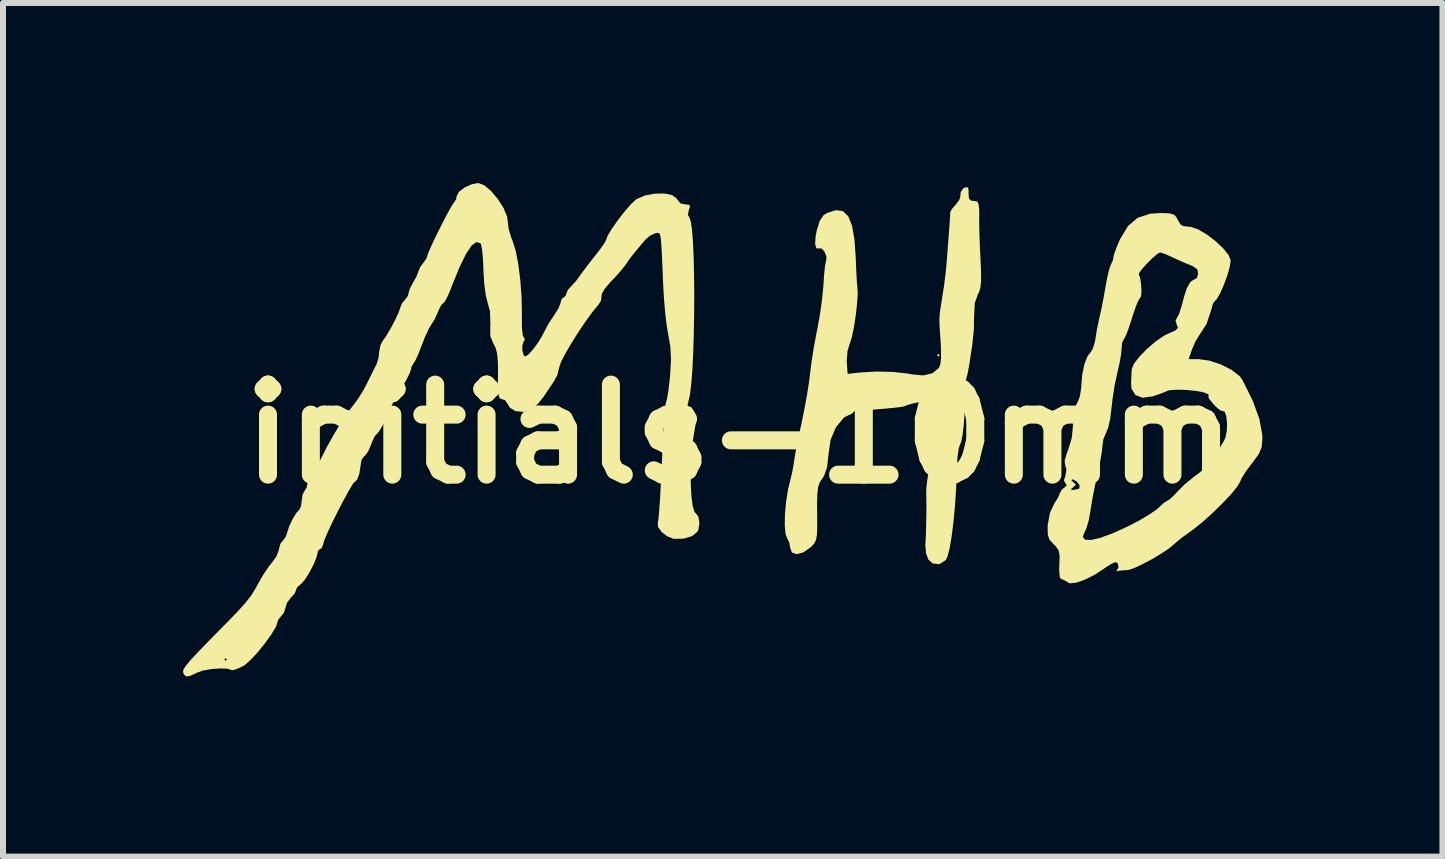
<source format=kicad_pcb>
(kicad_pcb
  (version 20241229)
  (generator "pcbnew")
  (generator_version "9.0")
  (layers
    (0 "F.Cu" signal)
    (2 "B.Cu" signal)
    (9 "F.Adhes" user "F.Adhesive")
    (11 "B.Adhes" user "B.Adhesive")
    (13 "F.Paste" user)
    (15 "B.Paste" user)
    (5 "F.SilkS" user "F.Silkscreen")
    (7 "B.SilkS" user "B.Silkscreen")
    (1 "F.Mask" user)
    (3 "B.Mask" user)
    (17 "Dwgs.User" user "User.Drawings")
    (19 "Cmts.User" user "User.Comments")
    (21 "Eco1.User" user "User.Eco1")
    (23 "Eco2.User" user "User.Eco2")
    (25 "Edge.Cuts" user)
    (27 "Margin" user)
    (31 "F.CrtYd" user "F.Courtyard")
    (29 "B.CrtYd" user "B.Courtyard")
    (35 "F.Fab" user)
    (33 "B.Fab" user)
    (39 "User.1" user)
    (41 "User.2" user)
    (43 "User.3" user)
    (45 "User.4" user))
  (footprint "initials-10mm"
    (layer "F.Cu")
    (at 9.273 4.181)
    (property "Reference" "initials-10mm" (at 0 0 0) (layer "F.SilkS") (effects (font (size 1.5 1.5) (thickness 0.3))))
    (attr board_only exclude_from_pos_files exclude_from_bom)
    (fp_poly (pts (xy 3.336 -1.312) (xy 3.314 -1.29) (xy 3.292 -1.312) (xy 3.314 -1.335)) (stroke (width 0) (type solid)) (fill yes) (layer "F.SilkS"))
    (fp_poly (pts (xy 3.809 -4.109) (xy 3.818 -4.043) (xy 3.816 -4.015) (xy 3.824 -3.921) (xy 3.859 -3.888) (xy 3.946 -3.877) (xy 3.959 -3.876) (xy 3.983 -3.832) (xy 3.995 -3.729) (xy 3.995 -3.659) (xy 3.994 -3.526) (xy 3.998 -3.333) (xy 4.006 -3.109) (xy 4.015 -2.941) (xy 4.025 -2.71) (xy 4.026 -2.549) (xy 4.015 -2.44) (xy 3.993 -2.365) (xy 3.972 -2.327) (xy 3.921 -2.181) (xy 3.909 -1.958) (xy 3.905 -1.737) (xy 3.878 -1.474) (xy 3.828 -1.149) (xy 3.801 -1.002) (xy 3.77 -0.892) (xy 3.737 -0.823) (xy 3.721 -0.748) (xy 3.733 -0.718) (xy 3.749 -0.642) (xy 3.754 -0.504) (xy 3.75 -0.331) (xy 3.737 -0.15) (xy 3.718 0.013) (xy 3.694 0.132) (xy 3.676 0.173) (xy 3.653 0.244) (xy 3.633 0.379) (xy 3.622 0.553) (xy 3.62 0.618) (xy 3.61 0.906) (xy 3.591 1.195) (xy 3.565 1.47) (xy 3.534 1.714) (xy 3.5 1.913) (xy 3.464 2.049) (xy 3.437 2.102) (xy 3.329 2.171) (xy 3.219 2.158) (xy 3.146 2.092) (xy 3.109 1.99) (xy 3.097 1.855) (xy 3.098 1.836) (xy 3.105 1.7) (xy 3.11 1.522) (xy 3.114 1.334) (xy 3.115 1.166) (xy 3.113 1.046) (xy 3.111 1.023) (xy 3.113 0.911) (xy 3.13 0.761) (xy 3.154 0.617) (xy 3.179 0.526) (xy 3.183 0.431) (xy 3.158 0.356) (xy 3.136 0.249) (xy 3.141 0.067) (xy 3.172 -0.178) (xy 3.228 -0.476) (xy 3.229 -0.484) (xy 3.236 -0.557) (xy 3.196 -0.574) (xy 3.127 -0.561) (xy 2.991 -0.53) (xy 2.895 -0.509) (xy 2.796 -0.481) (xy 2.749 -0.461) (xy 2.692 -0.449) (xy 2.568 -0.435) (xy 2.401 -0.419) (xy 2.21 -0.404) (xy 2.02 -0.393) (xy 1.914 -0.388) (xy 1.837 -0.357) (xy 1.755 -0.293) (xy 1.604 -0.106) (xy 1.517 0.1) (xy 1.482 0.348) (xy 1.459 0.556) (xy 1.409 0.698) (xy 1.378 0.746) (xy 1.336 0.809) (xy 1.31 0.887) (xy 1.297 0.997) (xy 1.292 1.163) (xy 1.294 1.321) (xy 1.295 1.53) (xy 1.291 1.669) (xy 1.277 1.759) (xy 1.249 1.82) (xy 1.203 1.872) (xy 1.181 1.892) (xy 1.062 1.975) (xy 0.952 2.003) (xy 0.874 1.976) (xy 0.845 1.899) (xy 0.827 1.799) (xy 0.8 1.752) (xy 0.768 1.671) (xy 0.754 1.526) (xy 0.757 1.338) (xy 0.776 1.13) (xy 0.809 0.923) (xy 0.845 0.778) (xy 0.877 0.642) (xy 0.905 0.485) (xy 0.907 0.467) (xy 0.926 0.35) (xy 0.96 0.172) (xy 1.003 -0.038) (xy 1.038 -0.2) (xy 1.086 -0.438) (xy 1.13 -0.682) (xy 1.132 -0.693) (xy 1.898 -0.693) (xy 1.903 -0.65) (xy 1.973 -0.636) (xy 2.026 -0.637) (xy 2.133 -0.657) (xy 2.179 -0.697) (xy 2.179 -0.701) (xy 2.144 -0.742) (xy 2.061 -0.755) (xy 1.969 -0.743) (xy 1.905 -0.705) (xy 1.898 -0.693) (xy 1.132 -0.693) (xy 1.163 -0.897) (xy 1.175 -1.001) (xy 1.199 -1.192) (xy 1.236 -1.428) (xy 1.28 -1.665) (xy 1.294 -1.735) (xy 1.337 -1.97) (xy 1.373 -2.223) (xy 1.396 -2.447) (xy 1.4 -2.501) (xy 1.411 -2.67) (xy 1.426 -2.806) (xy 1.442 -2.883) (xy 1.444 -2.889) (xy 1.449 -2.954) (xy 1.418 -3.033) (xy 1.371 -3.088) (xy 1.335 -3.092) (xy 1.283 -3.091) (xy 1.26 -3.163) (xy 1.268 -3.296) (xy 1.289 -3.398) (xy 1.338 -3.553) (xy 1.401 -3.645) (xy 1.459 -3.682) (xy 1.607 -3.729) (xy 1.723 -3.713) (xy 1.812 -3.628) (xy 1.875 -3.471) (xy 1.916 -3.236) (xy 1.938 -2.918) (xy 1.939 -2.891) (xy 1.946 -2.71) (xy 1.954 -2.558) (xy 1.962 -2.462) (xy 1.964 -2.447) (xy 1.97 -2.339) (xy 1.959 -2.174) (xy 1.938 -1.981) (xy 1.908 -1.787) (xy 1.875 -1.623) (xy 1.842 -1.517) (xy 1.84 -1.515) (xy 1.799 -1.377) (xy 1.787 -1.214) (xy 1.788 -1.191) (xy 1.802 -1.001) (xy 2.002 -1.023) (xy 2.282 -1.04) (xy 2.565 -1.033) (xy 2.811 -1.005) (xy 2.876 -0.992) (xy 3.062 -0.975) (xy 3.217 -1.012) (xy 3.32 -1.098) (xy 3.348 -1.163) (xy 3.358 -1.262) (xy 3.358 -1.414) (xy 3.35 -1.557) (xy 3.337 -1.742) (xy 3.331 -1.872) (xy 3.334 -1.977) (xy 3.348 -2.091) (xy 3.374 -2.246) (xy 3.377 -2.269) (xy 3.408 -2.47) (xy 3.435 -2.681) (xy 3.447 -2.802) (xy 3.458 -2.94) (xy 3.472 -3.12) (xy 3.487 -3.314) (xy 3.5 -3.495) (xy 3.509 -3.636) (xy 3.513 -3.7) (xy 3.542 -3.751) (xy 3.592 -3.808) (xy 3.655 -3.887) (xy 3.676 -3.934) (xy 3.686 -4.023) (xy 3.687 -4.032) (xy 3.728 -4.091) (xy 3.76 -4.109)) (stroke (width 0) (type solid)) (fill yes) (layer "F.SilkS"))
    (fp_poly (pts (xy 7.162 -3.676) (xy 7.242 -3.654) (xy 7.284 -3.606) (xy 7.298 -3.575) (xy 7.348 -3.492) (xy 7.394 -3.463) (xy 7.491 -3.453) (xy 7.518 -3.45) (xy 7.636 -3.412) (xy 7.779 -3.329) (xy 7.926 -3.218) (xy 8.057 -3.096) (xy 8.15 -2.981) (xy 8.185 -2.892) (xy 8.169 -2.783) (xy 8.128 -2.639) (xy 8.071 -2.484) (xy 8.01 -2.344) (xy 7.953 -2.247) (xy 7.922 -2.217) (xy 7.887 -2.167) (xy 7.861 -2.067) (xy 7.86 -2.065) (xy 7.783 -1.833) (xy 7.654 -1.633) (xy 7.595 -1.536) (xy 7.54 -1.408) (xy 7.537 -1.399) (xy 7.484 -1.246) (xy 7.655 -1.246) (xy 7.832 -1.221) (xy 8.023 -1.157) (xy 8.199 -1.068) (xy 8.332 -0.965) (xy 8.378 -0.905) (xy 8.553 -0.552) (xy 8.663 -0.25) (xy 8.711 0.01) (xy 8.713 0.084) (xy 8.702 0.216) (xy 8.657 0.329) (xy 8.563 0.46) (xy 8.543 0.485) (xy 8.444 0.616) (xy 8.368 0.737) (xy 8.34 0.801) (xy 8.291 0.883) (xy 8.189 1.007) (xy 8.05 1.154) (xy 7.891 1.31) (xy 7.727 1.458) (xy 7.575 1.582) (xy 7.495 1.639) (xy 7.374 1.726) (xy 7.276 1.806) (xy 7.251 1.83) (xy 7.164 1.903) (xy 7.029 1.994) (xy 6.869 2.089) (xy 6.707 2.175) (xy 6.568 2.239) (xy 6.475 2.268) (xy 6.468 2.269) (xy 6.36 2.275) (xy 6.309 2.284) (xy 6.275 2.287) (xy 6.283 2.28) (xy 6.315 2.227) (xy 6.306 2.162) (xy 6.269 2.135) (xy 6.206 2.16) (xy 6.107 2.221) (xy 6.08 2.241) (xy 5.921 2.345) (xy 5.759 2.427) (xy 5.615 2.478) (xy 5.509 2.49) (xy 5.474 2.475) (xy 5.398 2.429) (xy 5.369 2.424) (xy 5.337 2.387) (xy 5.327 2.273) (xy 5.33 2.179) (xy 5.334 2.03) (xy 5.316 1.938) (xy 5.267 1.869) (xy 5.234 1.838) (xy 5.166 1.765) (xy 5.149 1.715) (xy 5.72 1.715) (xy 5.756 1.762) (xy 5.856 1.767) (xy 6.014 1.731) (xy 6.224 1.654) (xy 6.477 1.538) (xy 6.492 1.531) (xy 6.674 1.435) (xy 6.836 1.338) (xy 6.954 1.256) (xy 6.989 1.225) (xy 7.07 1.15) (xy 7.126 1.113) (xy 7.13 1.113) (xy 7.178 1.082) (xy 7.258 1.004) (xy 7.296 0.963) (xy 7.42 0.838) (xy 7.56 0.724) (xy 7.583 0.707) (xy 7.679 0.635) (xy 7.735 0.581) (xy 7.74 0.57) (xy 7.768 0.522) (xy 7.839 0.434) (xy 7.896 0.369) (xy 7.999 0.239) (xy 8.079 0.104) (xy 8.1 0.053) (xy 8.121 -0.057) (xy 8.124 -0.181) (xy 8.112 -0.294) (xy 8.087 -0.368) (xy 8.055 -0.381) (xy 8.006 -0.396) (xy 7.928 -0.463) (xy 7.902 -0.491) (xy 7.835 -0.573) (xy 7.811 -0.619) (xy 7.815 -0.623) (xy 7.82 -0.646) (xy 7.805 -0.664) (xy 7.733 -0.694) (xy 7.603 -0.717) (xy 7.446 -0.733) (xy 7.292 -0.737) (xy 7.171 -0.729) (xy 7.128 -0.717) (xy 7.035 -0.678) (xy 6.906 -0.633) (xy 6.886 -0.626) (xy 6.718 -0.603) (xy 6.597 -0.648) (xy 6.532 -0.756) (xy 6.525 -0.854) (xy 6.531 -0.982) (xy 6.536 -1.081) (xy 6.572 -1.169) (xy 6.664 -1.288) (xy 6.791 -1.418) (xy 6.933 -1.54) (xy 7.072 -1.636) (xy 7.151 -1.675) (xy 7.265 -1.725) (xy 7.306 -1.767) (xy 7.29 -1.808) (xy 7.266 -1.889) (xy 7.284 -1.924) (xy 7.324 -1.998) (xy 7.367 -2.131) (xy 7.409 -2.291) (xy 7.455 -2.43) (xy 7.512 -2.531) (xy 7.566 -2.57) (xy 7.571 -2.569) (xy 7.62 -2.597) (xy 7.642 -2.658) (xy 7.63 -2.742) (xy 7.551 -2.797) (xy 7.532 -2.805) (xy 7.41 -2.855) (xy 7.264 -2.92) (xy 7.226 -2.938) (xy 7.109 -2.991) (xy 7.026 -3.021) (xy 7.009 -3.025) (xy 6.958 -2.997) (xy 6.877 -2.926) (xy 6.785 -2.835) (xy 6.705 -2.746) (xy 6.658 -2.679) (xy 6.654 -2.658) (xy 6.676 -2.6) (xy 6.691 -2.498) (xy 6.698 -2.386) (xy 6.693 -2.299) (xy 6.677 -2.269) (xy 6.649 -2.229) (xy 6.605 -2.124) (xy 6.554 -1.975) (xy 6.542 -1.936) (xy 6.49 -1.775) (xy 6.443 -1.65) (xy 6.409 -1.583) (xy 6.404 -1.578) (xy 6.376 -1.52) (xy 6.368 -1.433) (xy 6.359 -1.327) (xy 6.331 -1.172) (xy 6.297 -1.023) (xy 6.252 -0.815) (xy 6.215 -0.579) (xy 6.198 -0.423) (xy 6.177 -0.253) (xy 6.145 -0.109) (xy 6.111 -0.024) (xy 6.063 0.09) (xy 6.05 0.184) (xy 6.04 0.283) (xy 6.014 0.439) (xy 5.976 0.623) (xy 5.964 0.675) (xy 5.919 0.884) (xy 5.878 1.096) (xy 5.85 1.269) (xy 5.847 1.289) (xy 5.819 1.444) (xy 5.779 1.576) (xy 5.755 1.626) (xy 5.72 1.715) (xy 5.149 1.715) (xy 5.137 1.679) (xy 5.135 1.546) (xy 5.136 1.519) (xy 5.173 1.314) (xy 5.244 1.164) (xy 5.306 1.064) (xy 5.337 0.992) (xy 5.338 0.985) (xy 5.372 0.927) (xy 5.375 0.924) (xy 5.517 0.924) (xy 5.553 0.933) (xy 5.564 0.933) (xy 5.644 0.918) (xy 5.664 0.905) (xy 5.666 0.853) (xy 5.619 0.792) (xy 5.554 0.758) (xy 5.544 0.757) (xy 5.531 0.776) (xy 5.56 0.801) (xy 5.605 0.843) (xy 5.569 0.883) (xy 5.56 0.889) (xy 5.517 0.924) (xy 5.375 0.924) (xy 5.41 0.898) (xy 5.454 0.854) (xy 5.433 0.826) (xy 5.405 0.772) (xy 5.428 0.709) (xy 5.449 0.59) (xy 5.432 0.543) (xy 5.417 0.452) (xy 5.454 0.319) (xy 5.475 0.271) (xy 5.537 0.064) (xy 5.56 -0.171) (xy 5.56 -0.174) (xy 5.573 -0.355) (xy 5.609 -0.485) (xy 5.626 -0.514) (xy 5.669 -0.615) (xy 5.692 -0.752) (xy 5.694 -0.778) (xy 5.71 -0.984) (xy 5.748 -1.166) (xy 5.802 -1.3) (xy 5.842 -1.349) (xy 5.89 -1.425) (xy 5.925 -1.547) (xy 5.93 -1.579) (xy 5.957 -1.748) (xy 5.994 -1.922) (xy 5.997 -1.935) (xy 6.028 -2.07) (xy 6.064 -2.254) (xy 6.098 -2.446) (xy 6.098 -2.447) (xy 6.129 -2.613) (xy 6.161 -2.745) (xy 6.187 -2.818) (xy 6.19 -2.822) (xy 6.225 -2.903) (xy 6.228 -2.932) (xy 6.245 -3.006) (xy 6.292 -3.13) (xy 6.344 -3.251) (xy 6.474 -3.465) (xy 6.635 -3.602) (xy 6.844 -3.67) (xy 7.021 -3.681)) (stroke (width 0) (type solid)) (fill yes) (layer "F.SilkS"))
    (fp_poly (pts (xy -4.253 -4.144) (xy -4.138 -4.046) (xy -4.025 -3.911) (xy -3.93 -3.761) (xy -3.872 -3.619) (xy -3.862 -3.542) (xy -3.846 -3.412) (xy -3.8 -3.261) (xy -3.784 -3.223) (xy -3.733 -3.066) (xy -3.688 -2.843) (xy -3.654 -2.575) (xy -3.632 -2.285) (xy -3.626 -1.996) (xy -3.627 -1.926) (xy -3.625 -1.761) (xy -3.613 -1.647) (xy -3.592 -1.602) (xy -3.591 -1.601) (xy -3.575 -1.576) (xy -3.596 -1.543) (xy -3.619 -1.474) (xy -3.617 -1.382) (xy -3.595 -1.309) (xy -3.57 -1.29) (xy -3.517 -1.324) (xy -3.439 -1.411) (xy -3.355 -1.525) (xy -3.284 -1.642) (xy -3.261 -1.688) (xy -3.186 -1.832) (xy -3.093 -1.973) (xy -3.088 -1.981) (xy -3.018 -2.09) (xy -2.982 -2.181) (xy -2.98 -2.195) (xy -2.958 -2.259) (xy -2.936 -2.269) (xy -2.895 -2.304) (xy -2.891 -2.325) (xy -2.861 -2.398) (xy -2.814 -2.452) (xy -2.727 -2.545) (xy -2.669 -2.624) (xy -2.606 -2.711) (xy -2.51 -2.838) (xy -2.413 -2.961) (xy -2.318 -3.084) (xy -2.25 -3.181) (xy -2.224 -3.23) (xy -2.197 -3.304) (xy -2.126 -3.421) (xy -2.027 -3.562) (xy -1.917 -3.704) (xy -1.812 -3.825) (xy -1.727 -3.905) (xy -1.714 -3.914) (xy -1.576 -3.973) (xy -1.415 -4.004) (xy -1.257 -4.007) (xy -1.128 -3.982) (xy -1.052 -3.929) (xy -1.045 -3.915) (xy -0.98 -3.84) (xy -0.907 -3.826) (xy -0.831 -3.816) (xy -0.828 -3.772) (xy -0.842 -3.743) (xy -0.86 -3.65) (xy -0.837 -3.612) (xy -0.812 -3.543) (xy -0.791 -3.398) (xy -0.775 -3.19) (xy -0.764 -2.932) (xy -0.757 -2.638) (xy -0.754 -2.321) (xy -0.756 -1.993) (xy -0.762 -1.668) (xy -0.771 -1.359) (xy -0.785 -1.079) (xy -0.803 -0.841) (xy -0.825 -0.658) (xy -0.851 -0.544) (xy -0.851 -0.542) (xy -0.867 -0.474) (xy -0.852 -0.463) (xy -0.806 -0.447) (xy -0.759 -0.382) (xy -0.729 -0.295) (xy -0.729 -0.18) (xy -0.754 -0.031) (xy -0.785 0.161) (xy -0.804 0.382) (xy -0.813 0.614) (xy -0.812 0.84) (xy -0.801 1.041) (xy -0.78 1.2) (xy -0.751 1.298) (xy -0.73 1.32) (xy -0.685 1.378) (xy -0.668 1.482) (xy -0.683 1.59) (xy -0.702 1.632) (xy -0.792 1.703) (xy -0.933 1.745) (xy -1.091 1.748) (xy -1.099 1.747) (xy -1.205 1.706) (xy -1.299 1.632) (xy -1.359 1.547) (xy -1.361 1.476) (xy -1.361 1.475) (xy -1.351 1.421) (xy -1.339 1.289) (xy -1.324 1.076) (xy -1.308 0.781) (xy -1.29 0.402) (xy -1.269 -0.064) (xy -1.267 -0.122) (xy -1.256 -0.298) (xy -1.242 -0.44) (xy -1.226 -0.525) (xy -1.222 -0.536) (xy -1.205 -0.599) (xy -1.184 -0.728) (xy -1.164 -0.898) (xy -1.157 -0.97) (xy -1.141 -1.234) (xy -1.152 -1.453) (xy -1.185 -1.639) (xy -1.212 -1.796) (xy -1.238 -2.013) (xy -1.259 -2.261) (xy -1.273 -2.507) (xy -1.285 -2.802) (xy -1.295 -3.02) (xy -1.304 -3.173) (xy -1.313 -3.27) (xy -1.326 -3.325) (xy -1.343 -3.348) (xy -1.366 -3.351) (xy -1.397 -3.346) (xy -1.402 -3.345) (xy -1.495 -3.302) (xy -1.571 -3.234) (xy -1.667 -3.12) (xy -1.735 -3.039) (xy -1.824 -2.926) (xy -1.892 -2.828) (xy -1.967 -2.731) (xy -2.076 -2.608) (xy -2.145 -2.536) (xy -2.242 -2.425) (xy -2.295 -2.334) (xy -2.299 -2.296) (xy -2.308 -2.219) (xy -2.352 -2.151) (xy -2.45 -2.033) (xy -2.565 -1.874) (xy -2.687 -1.693) (xy -2.803 -1.509) (xy -2.902 -1.339) (xy -2.972 -1.204) (xy -3.001 -1.121) (xy -3.001 -1.121) (xy -3.035 -0.984) (xy -3.086 -0.885) (xy -3.161 -0.775) (xy -3.248 -0.644) (xy -3.261 -0.624) (xy -3.354 -0.507) (xy -3.456 -0.417) (xy -3.474 -0.406) (xy -3.603 -0.367) (xy -3.732 -0.38) (xy -3.828 -0.438) (xy -3.858 -0.491) (xy -3.908 -0.563) (xy -3.955 -0.578) (xy -3.99 -0.589) (xy -4.012 -0.633) (xy -4.022 -0.726) (xy -4.025 -0.885) (xy -4.024 -0.978) (xy -4.026 -1.192) (xy -4.039 -1.339) (xy -4.067 -1.441) (xy -4.098 -1.499) (xy -4.152 -1.626) (xy -4.154 -1.784) (xy -4.151 -1.808) (xy -4.158 -2.045) (xy -4.192 -2.166) (xy -4.227 -2.302) (xy -4.253 -2.496) (xy -4.267 -2.718) (xy -4.267 -2.736) (xy -4.275 -2.918) (xy -4.289 -3.066) (xy -4.306 -3.158) (xy -4.314 -3.175) (xy -4.382 -3.198) (xy -4.463 -3.14) (xy -4.558 -2.999) (xy -4.667 -2.775) (xy -4.793 -2.465) (xy -4.805 -2.431) (xy -4.861 -2.298) (xy -4.91 -2.207) (xy -4.936 -2.18) (xy -4.975 -2.142) (xy -5.018 -2.051) (xy -5.023 -2.038) (xy -5.076 -1.917) (xy -5.133 -1.827) (xy -5.179 -1.75) (xy -5.24 -1.619) (xy -5.295 -1.478) (xy -5.351 -1.332) (xy -5.402 -1.223) (xy -5.433 -1.175) (xy -5.468 -1.115) (xy -5.471 -1.086) (xy -5.493 -1.019) (xy -5.552 -0.9) (xy -5.634 -0.754) (xy -5.649 -0.729) (xy -5.734 -0.587) (xy -5.797 -0.477) (xy -5.826 -0.419) (xy -5.827 -0.416) (xy -5.846 -0.352) (xy -5.892 -0.249) (xy -5.95 -0.137) (xy -6.005 -0.044) (xy -6.041 -0.001) (xy -6.044 0) (xy -6.079 0.038) (xy -6.123 0.133) (xy -6.138 0.176) (xy -6.188 0.291) (xy -6.242 0.365) (xy -6.256 0.374) (xy -6.299 0.432) (xy -6.317 0.543) (xy -6.317 0.549) (xy -6.337 0.672) (xy -6.386 0.758) (xy -6.387 0.76) (xy -6.436 0.823) (xy -6.51 0.946) (xy -6.6 1.109) (xy -6.696 1.294) (xy -6.788 1.479) (xy -6.866 1.646) (xy -6.92 1.775) (xy -6.939 1.845) (xy -6.963 1.905) (xy -6.984 1.913) (xy -7.025 1.948) (xy -7.028 1.971) (xy -7.05 2.06) (xy -7.103 2.186) (xy -7.174 2.321) (xy -7.247 2.435) (xy -7.306 2.501) (xy -7.315 2.506) (xy -7.376 2.56) (xy -7.384 2.591) (xy -7.415 2.662) (xy -7.473 2.725) (xy -7.541 2.814) (xy -7.562 2.886) (xy -7.594 2.984) (xy -7.629 3.025) (xy -7.685 3.093) (xy -7.696 3.127) (xy -7.724 3.212) (xy -7.8 3.338) (xy -7.906 3.486) (xy -8.026 3.635) (xy -8.145 3.764) (xy -8.246 3.853) (xy -8.276 3.871) (xy -8.382 3.919) (xy -8.451 3.938) (xy -8.46 3.936) (xy -8.532 3.912) (xy -8.657 3.908) (xy -8.806 3.919) (xy -8.946 3.945) (xy -9.03 3.974) (xy -9.151 4.03) (xy -9.218 4.042) (xy -9.255 4.011) (xy -9.27 3.978) (xy -9.273 3.95) (xy -9.258 3.911) (xy -9.219 3.854) (xy -9.148 3.77) (xy -9.138 3.759) (xy -8.585 3.759) (xy -8.563 3.781) (xy -8.541 3.759) (xy -8.563 3.737) (xy -8.585 3.759) (xy -9.138 3.759) (xy -9.038 3.651) (xy -8.882 3.489) (xy -8.674 3.277) (xy -8.549 3.151) (xy -8.367 2.963) (xy -8.236 2.818) (xy -8.141 2.697) (xy -8.068 2.581) (xy -8.027 2.504) (xy -7.939 2.35) (xy -7.844 2.209) (xy -7.794 2.148) (xy -7.716 2.039) (xy -7.676 1.934) (xy -7.675 1.921) (xy -7.649 1.826) (xy -7.615 1.785) (xy -7.562 1.716) (xy -7.542 1.658) (xy -7.506 1.544) (xy -7.446 1.416) (xy -7.381 1.311) (xy -7.34 1.268) (xy -7.308 1.208) (xy -7.295 1.112) (xy -7.281 1.01) (xy -7.251 0.956) (xy -7.213 0.893) (xy -7.206 0.848) (xy -7.174 0.752) (xy -7.14 0.712) (xy -7.096 0.649) (xy -7.098 0.618) (xy -7.097 0.58) (xy -7.087 0.578) (xy -7.048 0.541) (xy -6.992 0.447) (xy -6.963 0.389) (xy -6.871 0.208) (xy -6.758 0.006) (xy -6.637 -0.193) (xy -6.525 -0.363) (xy -6.435 -0.481) (xy -6.428 -0.489) (xy -6.352 -0.592) (xy -6.263 -0.737) (xy -6.206 -0.845) (xy -6.135 -0.99) (xy -6.075 -1.11) (xy -6.046 -1.167) (xy -6.014 -1.271) (xy -6.005 -1.364) (xy -5.983 -1.481) (xy -5.944 -1.553) (xy -5.885 -1.637) (xy -5.811 -1.762) (xy -5.738 -1.901) (xy -5.68 -2.026) (xy -5.651 -2.108) (xy -5.649 -2.118) (xy -5.618 -2.187) (xy -5.583 -2.224) (xy -5.526 -2.301) (xy -5.516 -2.342) (xy -5.493 -2.423) (xy -5.44 -2.522) (xy -5.382 -2.625) (xy -5.354 -2.702) (xy -5.318 -2.785) (xy -5.275 -2.843) (xy -5.22 -2.919) (xy -5.205 -2.959) (xy -5.186 -3.018) (xy -5.136 -3.133) (xy -5.065 -3.284) (xy -4.983 -3.449) (xy -4.9 -3.61) (xy -4.827 -3.746) (xy -4.774 -3.837) (xy -4.752 -3.863) (xy -4.721 -3.914) (xy -4.715 -3.959) (xy -4.677 -4.033) (xy -4.582 -4.106) (xy -4.46 -4.162) (xy -4.353 -4.181)) (stroke (width 0) (type solid)) (fill yes) (layer "F.SilkS")))
  (gr_rect
    (start -3 -3)
    (end 20.987 11.224)
    (stroke (width 0.1) (type default))
    (fill no)
    (layer "Edge.Cuts")))
</source>
